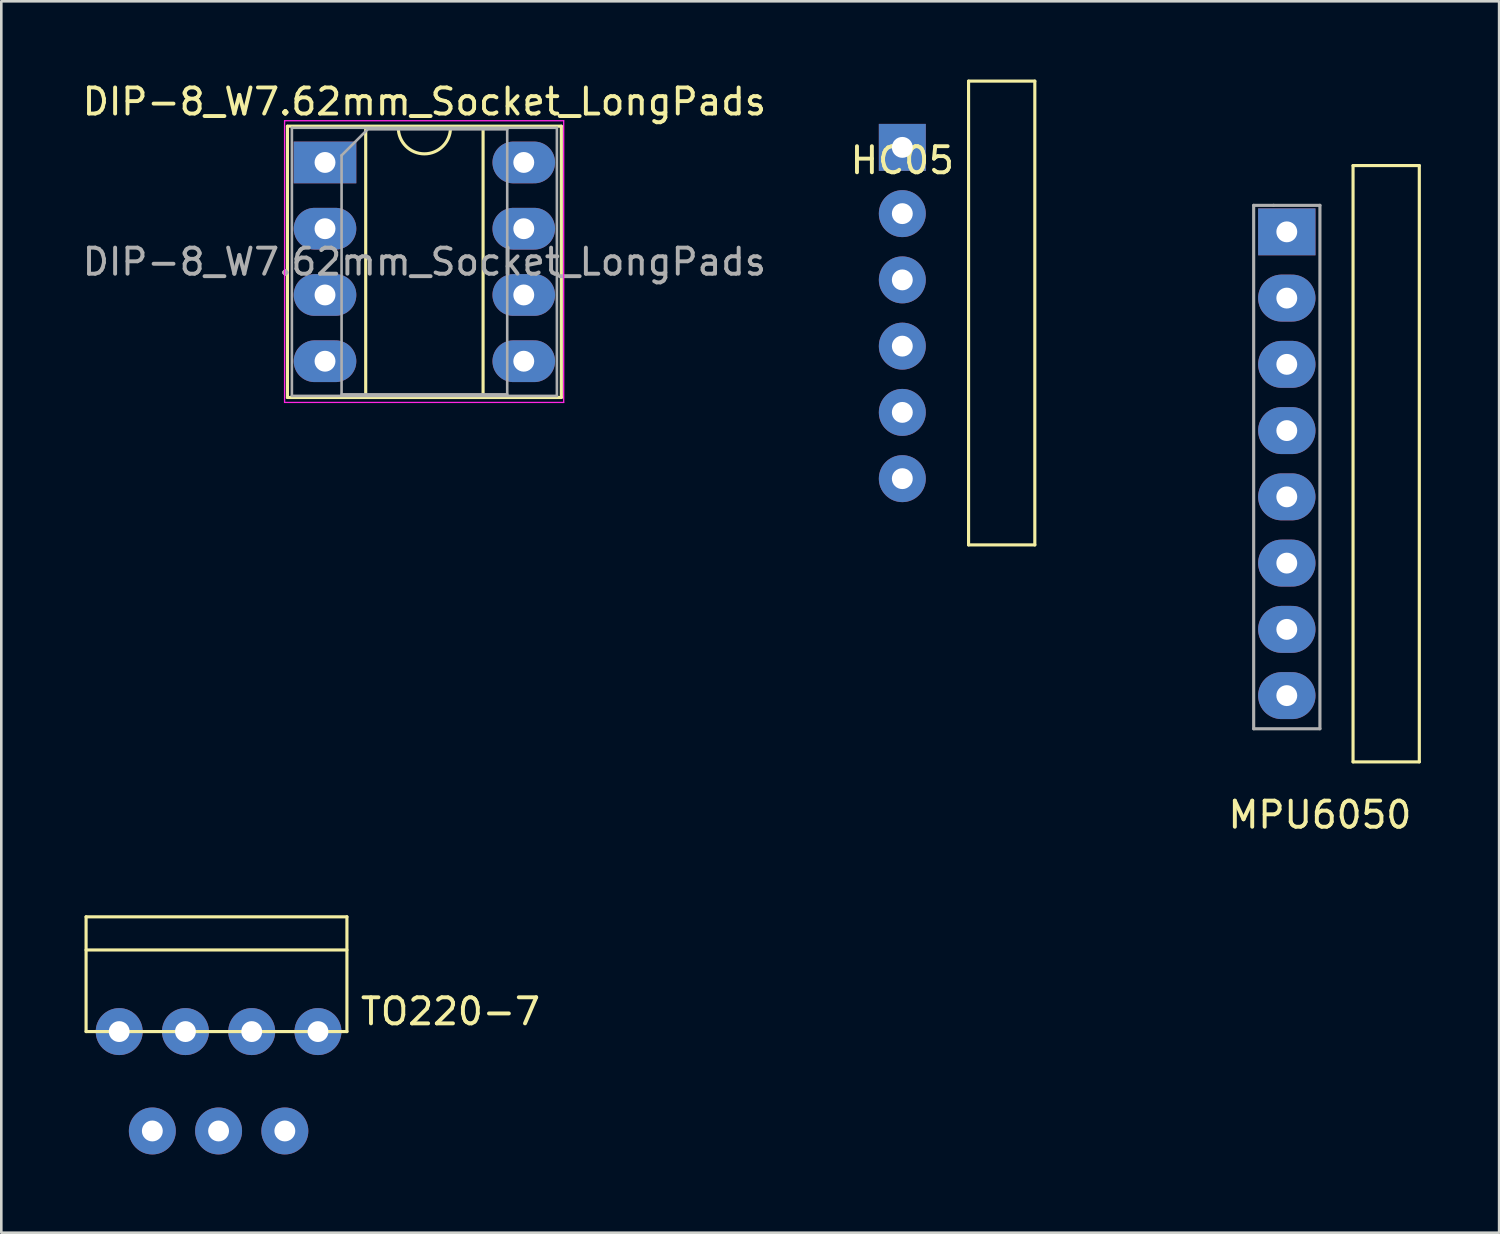
<source format=kicad_pcb>
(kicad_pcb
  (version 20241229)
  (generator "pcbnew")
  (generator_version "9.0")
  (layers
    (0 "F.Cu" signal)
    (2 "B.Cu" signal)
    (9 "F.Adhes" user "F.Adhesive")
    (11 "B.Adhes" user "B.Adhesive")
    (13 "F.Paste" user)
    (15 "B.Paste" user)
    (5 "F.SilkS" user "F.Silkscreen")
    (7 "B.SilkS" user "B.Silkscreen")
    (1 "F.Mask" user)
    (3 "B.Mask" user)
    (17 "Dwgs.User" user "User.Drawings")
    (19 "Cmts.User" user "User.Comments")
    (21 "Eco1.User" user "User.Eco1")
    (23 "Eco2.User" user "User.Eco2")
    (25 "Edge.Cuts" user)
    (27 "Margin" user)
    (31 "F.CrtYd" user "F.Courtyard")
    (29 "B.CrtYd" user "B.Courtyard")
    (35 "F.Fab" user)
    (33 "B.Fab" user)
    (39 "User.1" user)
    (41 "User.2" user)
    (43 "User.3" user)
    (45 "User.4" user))
  (footprint "HC05"
    (layer "F.Cu")
    (at 31.542 2.6)
    (property "Reference" "HC05" (at 0 0.5 0) (layer "F.SilkS") (effects (font (size 1 1) (thickness 0.15))))
    (attr through_hole)
    (fp_line (start 2.54 -2.54) (end 5.08 -2.54) (stroke (width 0.12) (type solid)) (layer "F.SilkS"))
    (fp_line (start 2.54 15.24) (end 2.54 -2.54) (stroke (width 0.12) (type solid)) (layer "F.SilkS"))
    (fp_line (start 5.08 -2.54) (end 5.08 15.24) (stroke (width 0.12) (type solid)) (layer "F.SilkS"))
    (fp_line (start 5.08 15.24) (end 2.54 15.24) (stroke (width 0.12) (type solid)) (layer "F.SilkS"))
    (pad "1" thru_hole rect (at 0 0) (size 1.8 1.8) (drill 0.8) (layers "*.Cu" "*.Mask"))
    (pad "2" thru_hole circle (at 0 2.54) (size 1.8 1.8) (drill 0.8) (layers "*.Cu" "*.Mask"))
    (pad "3" thru_hole circle (at 0 5.08) (size 1.8 1.8) (drill 0.8) (layers "*.Cu" "*.Mask"))
    (pad "4" thru_hole circle (at 0 7.62) (size 1.8 1.8) (drill 0.8) (layers "*.Cu" "*.Mask"))
    (pad "5" thru_hole circle (at 0 10.16) (size 1.8 1.8) (drill 0.8) (layers "*.Cu" "*.Mask"))
    (pad "6" thru_hole circle (at 0 12.7) (size 1.8 1.8) (drill 0.8) (layers "*.Cu" "*.Mask")))
  (footprint "MPU6050"
    (layer "F.Cu")
    (at 39.932 0.25)
    (property "Reference" "MPU6050" (at 7.62 27.94 0) (layer "F.SilkS") (effects (font (size 1 1) (thickness 0.15))))
    (attr through_hole)
    (fp_line (start 8.89 3.048) (end 11.43 3.048) (stroke (width 0.12) (type solid)) (layer "F.SilkS"))
    (fp_line (start 8.89 25.908) (end 8.89 3.048) (stroke (width 0.12) (type solid)) (layer "F.SilkS"))
    (fp_line (start 11.43 3.048) (end 11.43 25.908) (stroke (width 0.12) (type solid)) (layer "F.SilkS"))
    (fp_line (start 11.43 25.908) (end 8.89 25.908) (stroke (width 0.12) (type solid)) (layer "F.SilkS"))
    (fp_line (start 5.08 4.572) (end 5.08 24.638) (stroke (width 0.12) (type solid)) (layer "F.Fab"))
    (fp_line (start 5.08 24.638) (end 7.62 24.638) (stroke (width 0.12) (type solid)) (layer "F.Fab"))
    (fp_line (start 5.842 4.572) (end 5.08 4.572) (stroke (width 0.12) (type solid)) (layer "F.Fab"))
    (fp_line (start 7.62 4.572) (end 5.842 4.572) (stroke (width 0.12) (type solid)) (layer "F.Fab"))
    (fp_line (start 7.62 24.638) (end 7.62 4.572) (stroke (width 0.12) (type solid)) (layer "F.Fab"))
    (pad "1" thru_hole rect (at 6.35 5.588) (size 2.2 1.8) (drill 0.8) (layers "*.Cu" "*.Mask"))
    (pad "2" thru_hole oval (at 6.35 8.128) (size 2.2 1.8) (drill 0.8) (layers "*.Cu" "*.Mask"))
    (pad "3" thru_hole oval (at 6.35 10.668) (size 2.2 1.8) (drill 0.8) (layers "*.Cu" "*.Mask"))
    (pad "4" thru_hole oval (at 6.35 13.208) (size 2.2 1.8) (drill 0.8) (layers "*.Cu" "*.Mask"))
    (pad "5" thru_hole oval (at 6.35 15.748) (size 2.2 1.8) (drill 0.8) (layers "*.Cu" "*.Mask"))
    (pad "6" thru_hole oval (at 6.35 18.288) (size 2.2 1.8) (drill 0.8) (layers "*.Cu" "*.Mask"))
    (pad "7" thru_hole oval (at 6.35 20.828) (size 2.2 1.8) (drill 0.8) (layers "*.Cu" "*.Mask"))
    (pad "8" thru_hole oval (at 6.35 23.368) (size 2.2 1.8) (drill 0.8) (layers "*.Cu" "*.Mask")))
  (footprint "DIP-8_W7.62mm_Socket_LongPads"
    (layer "F.Cu")
    (at 9.41 3.178)
    (property "Reference" "DIP-8_W7.62mm_Socket_LongPads" (at 3.81 -2.33 0) (layer "F.SilkS") (effects (font (size 1 1) (thickness 0.15))))
    (attr through_hole)
    (fp_line (start -1.44 -1.39) (end -1.44 9.01) (stroke (width 0.12) (type solid)) (layer "F.SilkS"))
    (fp_line (start -1.44 9.01) (end 9.06 9.01) (stroke (width 0.12) (type solid)) (layer "F.SilkS"))
    (fp_line (start 1.56 -1.33) (end 1.56 8.95) (stroke (width 0.12) (type solid)) (layer "F.SilkS"))
    (fp_line (start 1.56 8.95) (end 6.06 8.95) (stroke (width 0.12) (type solid)) (layer "F.SilkS"))
    (fp_line (start 2.81 -1.33) (end 1.56 -1.33) (stroke (width 0.12) (type solid)) (layer "F.SilkS"))
    (fp_line (start 6.06 -1.33) (end 4.81 -1.33) (stroke (width 0.12) (type solid)) (layer "F.SilkS"))
    (fp_line (start 6.06 8.95) (end 6.06 -1.33) (stroke (width 0.12) (type solid)) (layer "F.SilkS"))
    (fp_line (start 9.06 -1.39) (end -1.44 -1.39) (stroke (width 0.12) (type solid)) (layer "F.SilkS"))
    (fp_line (start 9.06 9.01) (end 9.06 -1.39) (stroke (width 0.12) (type solid)) (layer "F.SilkS"))
    (fp_arc (start 4.81 -1.33) (mid 3.81 -0.33) (end 2.81 -1.33) (stroke (width 0.12) (type solid)) (layer "F.SilkS"))
    (fp_line (start -1.55 -1.6) (end -1.55 9.2) (stroke (width 0.05) (type solid)) (layer "F.CrtYd"))
    (fp_line (start -1.55 9.2) (end 9.15 9.2) (stroke (width 0.05) (type solid)) (layer "F.CrtYd"))
    (fp_line (start 9.15 -1.6) (end -1.55 -1.6) (stroke (width 0.05) (type solid)) (layer "F.CrtYd"))
    (fp_line (start 9.15 9.2) (end 9.15 -1.6) (stroke (width 0.05) (type solid)) (layer "F.CrtYd"))
    (fp_line (start -1.27 -1.33) (end -1.27 8.95) (stroke (width 0.1) (type solid)) (layer "F.Fab"))
    (fp_line (start -1.27 8.95) (end 8.89 8.95) (stroke (width 0.1) (type solid)) (layer "F.Fab"))
    (fp_line (start 0.635 -0.27) (end 1.635 -1.27) (stroke (width 0.1) (type solid)) (layer "F.Fab"))
    (fp_line (start 0.635 8.89) (end 0.635 -0.27) (stroke (width 0.1) (type solid)) (layer "F.Fab"))
    (fp_line (start 1.635 -1.27) (end 6.985 -1.27) (stroke (width 0.1) (type solid)) (layer "F.Fab"))
    (fp_line (start 6.985 -1.27) (end 6.985 8.89) (stroke (width 0.1) (type solid)) (layer "F.Fab"))
    (fp_line (start 6.985 8.89) (end 0.635 8.89) (stroke (width 0.1) (type solid)) (layer "F.Fab"))
    (fp_line (start 8.89 -1.33) (end -1.27 -1.33) (stroke (width 0.1) (type solid)) (layer "F.Fab"))
    (fp_line (start 8.89 8.95) (end 8.89 -1.33) (stroke (width 0.1) (type solid)) (layer "F.Fab"))
    (fp_text user "${REFERENCE}" (at 3.81 3.81 0) (layer "F.Fab") (effects (font (size 1 1) (thickness 0.15))))
    (pad "1" thru_hole rect (at 0 0) (size 2.4 1.6) (drill 0.8) (layers "*.Cu" "*.Mask"))
    (pad "2" thru_hole oval (at 0 2.54) (size 2.4 1.6) (drill 0.8) (layers "*.Cu" "*.Mask"))
    (pad "3" thru_hole oval (at 0 5.08) (size 2.4 1.6) (drill 0.8) (layers "*.Cu" "*.Mask"))
    (pad "4" thru_hole oval (at 0 7.62) (size 2.4 1.6) (drill 0.8) (layers "*.Cu" "*.Mask"))
    (pad "5" thru_hole oval (at 7.62 7.62) (size 2.4 1.6) (drill 0.8) (layers "*.Cu" "*.Mask"))
    (pad "6" thru_hole oval (at 7.62 5.08) (size 2.4 1.6) (drill 0.8) (layers "*.Cu" "*.Mask"))
    (pad "7" thru_hole oval (at 7.62 2.54) (size 2.4 1.6) (drill 0.8) (layers "*.Cu" "*.Mask"))
    (pad "8" thru_hole oval (at 7.62 0) (size 2.4 1.6) (drill 0.8) (layers "*.Cu" "*.Mask")))
  (footprint "TO220-7"
    (layer "F.Cu")
    (at 0.25 36.498)
    (property "Reference" "TO220-7" (at 13.97 -0.77 0) (layer "F.SilkS") (effects (font (size 1 1) (thickness 0.15))))
    (attr through_hole)
    (fp_line (start 0 -4.4) (end 0 0) (stroke (width 0.12) (type solid)) (layer "F.SilkS"))
    (fp_line (start 0 0) (end 10 0) (stroke (width 0.12) (type solid)) (layer "F.SilkS"))
    (fp_line (start 10 -4.4) (end 0 -4.4) (stroke (width 0.12) (type solid)) (layer "F.SilkS"))
    (fp_line (start 10 -3.13) (end 0 -3.13) (stroke (width 0.12) (type solid)) (layer "F.SilkS"))
    (fp_line (start 10 0) (end 10 -4.4) (stroke (width 0.12) (type solid)) (layer "F.SilkS"))
    (pad "1" thru_hole circle (at 1.27 0 90) (size 1.8 1.8) (drill 0.8) (layers "*.Cu" "*.Mask"))
    (pad "2" thru_hole circle (at 2.54 3.81 90) (size 1.8 1.8) (drill 0.8) (layers "*.Cu" "*.Mask"))
    (pad "3" thru_hole circle (at 3.81 0 90) (size 1.8 1.8) (drill 0.8) (layers "*.Cu" "*.Mask"))
    (pad "4" thru_hole circle (at 5.08 3.81 90) (size 1.8 1.8) (drill 0.8) (layers "*.Cu" "*.Mask"))
    (pad "5" thru_hole circle (at 6.35 0 90) (size 1.8 1.8) (drill 0.8) (layers "*.Cu" "*.Mask"))
    (pad "6" thru_hole circle (at 7.62 3.81 90) (size 1.8 1.8) (drill 0.8) (layers "*.Cu" "*.Mask"))
    (pad "7" thru_hole circle (at 8.89 0 90) (size 1.8 1.8) (drill 0.8) (layers "*.Cu" "*.Mask")))
  (gr_rect
    (start -3 -3)
    (end 54.422 44.208)
    (stroke (width 0.1) (type default))
    (fill no)
    (layer "Edge.Cuts")))
</source>
